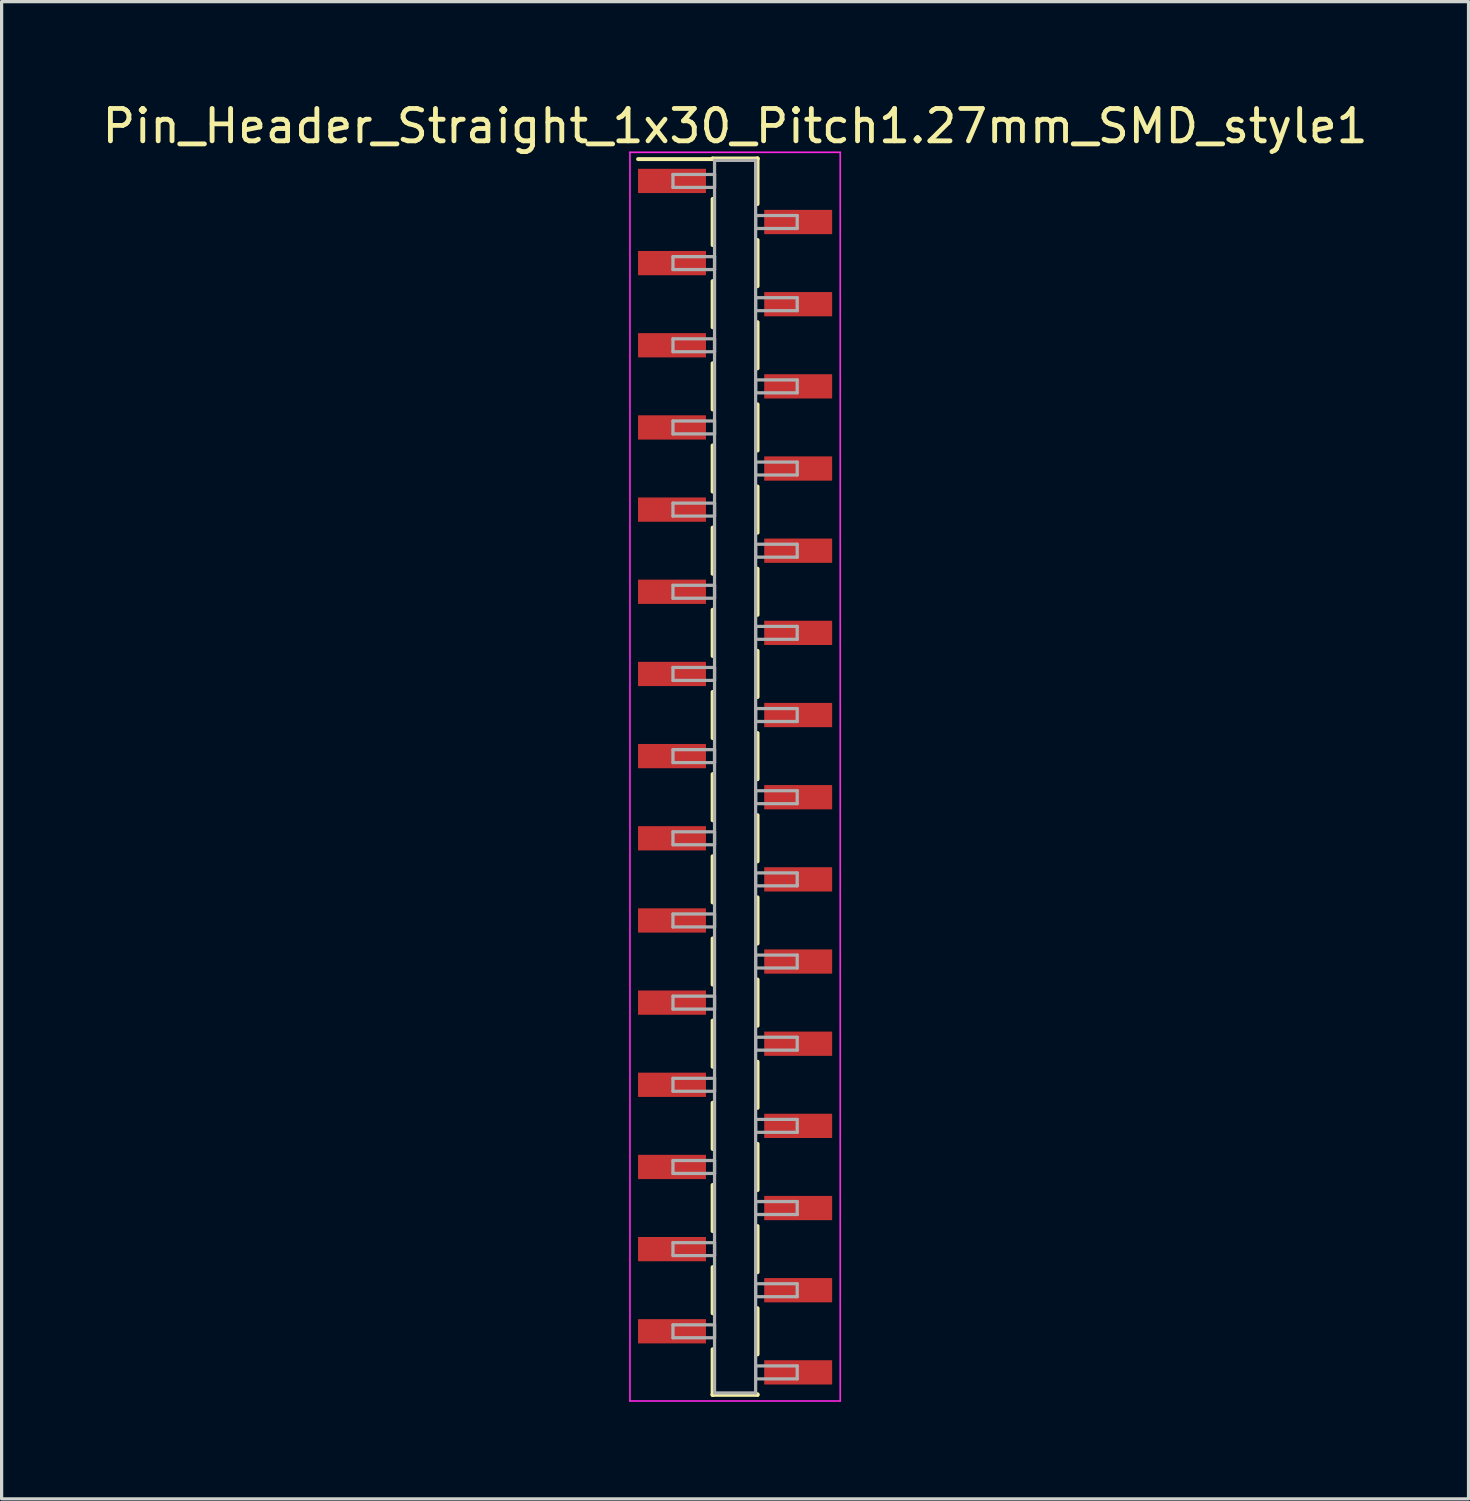
<source format=kicad_pcb>
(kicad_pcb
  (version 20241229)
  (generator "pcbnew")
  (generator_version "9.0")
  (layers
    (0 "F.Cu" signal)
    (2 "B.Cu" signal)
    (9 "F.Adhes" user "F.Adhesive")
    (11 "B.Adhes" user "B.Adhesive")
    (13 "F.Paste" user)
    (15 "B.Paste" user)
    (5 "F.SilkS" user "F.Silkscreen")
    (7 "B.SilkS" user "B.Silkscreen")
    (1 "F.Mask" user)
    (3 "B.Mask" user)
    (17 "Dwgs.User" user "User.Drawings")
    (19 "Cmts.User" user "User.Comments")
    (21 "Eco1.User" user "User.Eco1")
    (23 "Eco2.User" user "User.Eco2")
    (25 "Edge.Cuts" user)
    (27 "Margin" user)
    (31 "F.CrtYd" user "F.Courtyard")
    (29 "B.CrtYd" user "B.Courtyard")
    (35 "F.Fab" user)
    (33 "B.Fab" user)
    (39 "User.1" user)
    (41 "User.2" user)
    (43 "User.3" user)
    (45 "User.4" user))
  (footprint "Pin_Header_Straight_1x30_Pitch1.27mm_SMD_style1"
    (layer "F.Cu")
    (at 19.673 20.958)
    (property "Reference" "Pin_Header_Straight_1x30_Pitch1.27mm_SMD_style1" (at 0 -20.11 0) (layer "F.SilkS") (effects (font (size 1 1) (thickness 0.15))))
    (attr smd)
    (fp_line (start -0.695 -19.11) (end 0.695 -19.11) (stroke (width 0.12) (type solid)) (layer "F.SilkS"))
    (fp_line (start -0.695 -19.09) (end -3 -19.09) (stroke (width 0.12) (type solid)) (layer "F.SilkS"))
    (fp_line (start -0.695 -19.09) (end -0.695 -19.11) (stroke (width 0.12) (type solid)) (layer "F.SilkS"))
    (fp_line (start -0.695 -17.86) (end -0.695 -16.43) (stroke (width 0.12) (type solid)) (layer "F.SilkS"))
    (fp_line (start -0.695 -15.32) (end -0.695 -13.89) (stroke (width 0.12) (type solid)) (layer "F.SilkS"))
    (fp_line (start -0.695 -12.78) (end -0.695 -11.35) (stroke (width 0.12) (type solid)) (layer "F.SilkS"))
    (fp_line (start -0.695 -10.24) (end -0.695 -8.81) (stroke (width 0.12) (type solid)) (layer "F.SilkS"))
    (fp_line (start -0.695 -7.7) (end -0.695 -6.27) (stroke (width 0.12) (type solid)) (layer "F.SilkS"))
    (fp_line (start -0.695 -5.16) (end -0.695 -3.73) (stroke (width 0.12) (type solid)) (layer "F.SilkS"))
    (fp_line (start -0.695 -2.62) (end -0.695 -1.19) (stroke (width 0.12) (type solid)) (layer "F.SilkS"))
    (fp_line (start -0.695 -0.08) (end -0.695 1.35) (stroke (width 0.12) (type solid)) (layer "F.SilkS"))
    (fp_line (start -0.695 2.46) (end -0.695 3.89) (stroke (width 0.12) (type solid)) (layer "F.SilkS"))
    (fp_line (start -0.695 5) (end -0.695 6.43) (stroke (width 0.12) (type solid)) (layer "F.SilkS"))
    (fp_line (start -0.695 7.54) (end -0.695 8.97) (stroke (width 0.12) (type solid)) (layer "F.SilkS"))
    (fp_line (start -0.695 10.08) (end -0.695 11.51) (stroke (width 0.12) (type solid)) (layer "F.SilkS"))
    (fp_line (start -0.695 12.62) (end -0.695 14.05) (stroke (width 0.12) (type solid)) (layer "F.SilkS"))
    (fp_line (start -0.695 15.16) (end -0.695 16.59) (stroke (width 0.12) (type solid)) (layer "F.SilkS"))
    (fp_line (start -0.695 17.7) (end -0.695 19.11) (stroke (width 0.12) (type solid)) (layer "F.SilkS"))
    (fp_line (start -0.695 19.09) (end -0.695 19.11) (stroke (width 0.12) (type solid)) (layer "F.SilkS"))
    (fp_line (start -0.695 19.11) (end 0.695 19.11) (stroke (width 0.12) (type solid)) (layer "F.SilkS"))
    (fp_line (start 0.695 -19.11) (end 0.695 -19.09) (stroke (width 0.12) (type solid)) (layer "F.SilkS"))
    (fp_line (start 0.695 -19.11) (end 0.695 -17.7) (stroke (width 0.12) (type solid)) (layer "F.SilkS"))
    (fp_line (start 0.695 -16.59) (end 0.695 -15.16) (stroke (width 0.12) (type solid)) (layer "F.SilkS"))
    (fp_line (start 0.695 -14.05) (end 0.695 -12.62) (stroke (width 0.12) (type solid)) (layer "F.SilkS"))
    (fp_line (start 0.695 -11.51) (end 0.695 -10.08) (stroke (width 0.12) (type solid)) (layer "F.SilkS"))
    (fp_line (start 0.695 -8.97) (end 0.695 -7.54) (stroke (width 0.12) (type solid)) (layer "F.SilkS"))
    (fp_line (start 0.695 -6.43) (end 0.695 -5) (stroke (width 0.12) (type solid)) (layer "F.SilkS"))
    (fp_line (start 0.695 -3.89) (end 0.695 -2.46) (stroke (width 0.12) (type solid)) (layer "F.SilkS"))
    (fp_line (start 0.695 -1.35) (end 0.695 0.08) (stroke (width 0.12) (type solid)) (layer "F.SilkS"))
    (fp_line (start 0.695 1.19) (end 0.695 2.62) (stroke (width 0.12) (type solid)) (layer "F.SilkS"))
    (fp_line (start 0.695 3.73) (end 0.695 5.16) (stroke (width 0.12) (type solid)) (layer "F.SilkS"))
    (fp_line (start 0.695 6.27) (end 0.695 7.7) (stroke (width 0.12) (type solid)) (layer "F.SilkS"))
    (fp_line (start 0.695 8.81) (end 0.695 10.24) (stroke (width 0.12) (type solid)) (layer "F.SilkS"))
    (fp_line (start 0.695 11.35) (end 0.695 12.78) (stroke (width 0.12) (type solid)) (layer "F.SilkS"))
    (fp_line (start 0.695 13.89) (end 0.695 15.32) (stroke (width 0.12) (type solid)) (layer "F.SilkS"))
    (fp_line (start 0.695 16.43) (end 0.695 17.86) (stroke (width 0.12) (type solid)) (layer "F.SilkS"))
    (fp_line (start 0.695 19.11) (end 0.695 19.09) (stroke (width 0.12) (type solid)) (layer "F.SilkS"))
    (fp_line (start -3.25 -19.3) (end -3.25 19.3) (stroke (width 0.05) (type solid)) (layer "F.CrtYd"))
    (fp_line (start -3.25 19.3) (end 3.25 19.3) (stroke (width 0.05) (type solid)) (layer "F.CrtYd"))
    (fp_line (start 3.25 -19.3) (end -3.25 -19.3) (stroke (width 0.05) (type solid)) (layer "F.CrtYd"))
    (fp_line (start 3.25 19.3) (end 3.25 -19.3) (stroke (width 0.05) (type solid)) (layer "F.CrtYd"))
    (fp_line (start -1.92 -18.615) (end -0.635 -18.615) (stroke (width 0.1) (type solid)) (layer "F.Fab"))
    (fp_line (start -1.92 -18.215) (end -1.92 -18.615) (stroke (width 0.1) (type solid)) (layer "F.Fab"))
    (fp_line (start -1.92 -16.075) (end -0.635 -16.075) (stroke (width 0.1) (type solid)) (layer "F.Fab"))
    (fp_line (start -1.92 -15.675) (end -1.92 -16.075) (stroke (width 0.1) (type solid)) (layer "F.Fab"))
    (fp_line (start -1.92 -13.535) (end -0.635 -13.535) (stroke (width 0.1) (type solid)) (layer "F.Fab"))
    (fp_line (start -1.92 -13.135) (end -1.92 -13.535) (stroke (width 0.1) (type solid)) (layer "F.Fab"))
    (fp_line (start -1.92 -10.995) (end -0.635 -10.995) (stroke (width 0.1) (type solid)) (layer "F.Fab"))
    (fp_line (start -1.92 -10.595) (end -1.92 -10.995) (stroke (width 0.1) (type solid)) (layer "F.Fab"))
    (fp_line (start -1.92 -8.455) (end -0.635 -8.455) (stroke (width 0.1) (type solid)) (layer "F.Fab"))
    (fp_line (start -1.92 -8.055) (end -1.92 -8.455) (stroke (width 0.1) (type solid)) (layer "F.Fab"))
    (fp_line (start -1.92 -5.915) (end -0.635 -5.915) (stroke (width 0.1) (type solid)) (layer "F.Fab"))
    (fp_line (start -1.92 -5.515) (end -1.92 -5.915) (stroke (width 0.1) (type solid)) (layer "F.Fab"))
    (fp_line (start -1.92 -3.375) (end -0.635 -3.375) (stroke (width 0.1) (type solid)) (layer "F.Fab"))
    (fp_line (start -1.92 -2.975) (end -1.92 -3.375) (stroke (width 0.1) (type solid)) (layer "F.Fab"))
    (fp_line (start -1.92 -0.835) (end -0.635 -0.835) (stroke (width 0.1) (type solid)) (layer "F.Fab"))
    (fp_line (start -1.92 -0.435) (end -1.92 -0.835) (stroke (width 0.1) (type solid)) (layer "F.Fab"))
    (fp_line (start -1.92 1.705) (end -0.635 1.705) (stroke (width 0.1) (type solid)) (layer "F.Fab"))
    (fp_line (start -1.92 2.105) (end -1.92 1.705) (stroke (width 0.1) (type solid)) (layer "F.Fab"))
    (fp_line (start -1.92 4.245) (end -0.635 4.245) (stroke (width 0.1) (type solid)) (layer "F.Fab"))
    (fp_line (start -1.92 4.645) (end -1.92 4.245) (stroke (width 0.1) (type solid)) (layer "F.Fab"))
    (fp_line (start -1.92 6.785) (end -0.635 6.785) (stroke (width 0.1) (type solid)) (layer "F.Fab"))
    (fp_line (start -1.92 7.185) (end -1.92 6.785) (stroke (width 0.1) (type solid)) (layer "F.Fab"))
    (fp_line (start -1.92 9.325) (end -0.635 9.325) (stroke (width 0.1) (type solid)) (layer "F.Fab"))
    (fp_line (start -1.92 9.725) (end -1.92 9.325) (stroke (width 0.1) (type solid)) (layer "F.Fab"))
    (fp_line (start -1.92 11.865) (end -0.635 11.865) (stroke (width 0.1) (type solid)) (layer "F.Fab"))
    (fp_line (start -1.92 12.265) (end -1.92 11.865) (stroke (width 0.1) (type solid)) (layer "F.Fab"))
    (fp_line (start -1.92 14.405) (end -0.635 14.405) (stroke (width 0.1) (type solid)) (layer "F.Fab"))
    (fp_line (start -1.92 14.805) (end -1.92 14.405) (stroke (width 0.1) (type solid)) (layer "F.Fab"))
    (fp_line (start -1.92 16.945) (end -0.635 16.945) (stroke (width 0.1) (type solid)) (layer "F.Fab"))
    (fp_line (start -1.92 17.345) (end -1.92 16.945) (stroke (width 0.1) (type solid)) (layer "F.Fab"))
    (fp_line (start -0.635 -19.05) (end -0.635 19.05) (stroke (width 0.1) (type solid)) (layer "F.Fab"))
    (fp_line (start -0.635 -18.615) (end -0.635 -18.215) (stroke (width 0.1) (type solid)) (layer "F.Fab"))
    (fp_line (start -0.635 -18.215) (end -1.92 -18.215) (stroke (width 0.1) (type solid)) (layer "F.Fab"))
    (fp_line (start -0.635 -16.075) (end -0.635 -15.675) (stroke (width 0.1) (type solid)) (layer "F.Fab"))
    (fp_line (start -0.635 -15.675) (end -1.92 -15.675) (stroke (width 0.1) (type solid)) (layer "F.Fab"))
    (fp_line (start -0.635 -13.535) (end -0.635 -13.135) (stroke (width 0.1) (type solid)) (layer "F.Fab"))
    (fp_line (start -0.635 -13.135) (end -1.92 -13.135) (stroke (width 0.1) (type solid)) (layer "F.Fab"))
    (fp_line (start -0.635 -10.995) (end -0.635 -10.595) (stroke (width 0.1) (type solid)) (layer "F.Fab"))
    (fp_line (start -0.635 -10.595) (end -1.92 -10.595) (stroke (width 0.1) (type solid)) (layer "F.Fab"))
    (fp_line (start -0.635 -8.455) (end -0.635 -8.055) (stroke (width 0.1) (type solid)) (layer "F.Fab"))
    (fp_line (start -0.635 -8.055) (end -1.92 -8.055) (stroke (width 0.1) (type solid)) (layer "F.Fab"))
    (fp_line (start -0.635 -5.915) (end -0.635 -5.515) (stroke (width 0.1) (type solid)) (layer "F.Fab"))
    (fp_line (start -0.635 -5.515) (end -1.92 -5.515) (stroke (width 0.1) (type solid)) (layer "F.Fab"))
    (fp_line (start -0.635 -3.375) (end -0.635 -2.975) (stroke (width 0.1) (type solid)) (layer "F.Fab"))
    (fp_line (start -0.635 -2.975) (end -1.92 -2.975) (stroke (width 0.1) (type solid)) (layer "F.Fab"))
    (fp_line (start -0.635 -0.835) (end -0.635 -0.435) (stroke (width 0.1) (type solid)) (layer "F.Fab"))
    (fp_line (start -0.635 -0.435) (end -1.92 -0.435) (stroke (width 0.1) (type solid)) (layer "F.Fab"))
    (fp_line (start -0.635 1.705) (end -0.635 2.105) (stroke (width 0.1) (type solid)) (layer "F.Fab"))
    (fp_line (start -0.635 2.105) (end -1.92 2.105) (stroke (width 0.1) (type solid)) (layer "F.Fab"))
    (fp_line (start -0.635 4.245) (end -0.635 4.645) (stroke (width 0.1) (type solid)) (layer "F.Fab"))
    (fp_line (start -0.635 4.645) (end -1.92 4.645) (stroke (width 0.1) (type solid)) (layer "F.Fab"))
    (fp_line (start -0.635 6.785) (end -0.635 7.185) (stroke (width 0.1) (type solid)) (layer "F.Fab"))
    (fp_line (start -0.635 7.185) (end -1.92 7.185) (stroke (width 0.1) (type solid)) (layer "F.Fab"))
    (fp_line (start -0.635 9.325) (end -0.635 9.725) (stroke (width 0.1) (type solid)) (layer "F.Fab"))
    (fp_line (start -0.635 9.725) (end -1.92 9.725) (stroke (width 0.1) (type solid)) (layer "F.Fab"))
    (fp_line (start -0.635 11.865) (end -0.635 12.265) (stroke (width 0.1) (type solid)) (layer "F.Fab"))
    (fp_line (start -0.635 12.265) (end -1.92 12.265) (stroke (width 0.1) (type solid)) (layer "F.Fab"))
    (fp_line (start -0.635 14.405) (end -0.635 14.805) (stroke (width 0.1) (type solid)) (layer "F.Fab"))
    (fp_line (start -0.635 14.805) (end -1.92 14.805) (stroke (width 0.1) (type solid)) (layer "F.Fab"))
    (fp_line (start -0.635 16.945) (end -0.635 17.345) (stroke (width 0.1) (type solid)) (layer "F.Fab"))
    (fp_line (start -0.635 17.345) (end -1.92 17.345) (stroke (width 0.1) (type solid)) (layer "F.Fab"))
    (fp_line (start -0.635 19.05) (end 0.635 19.05) (stroke (width 0.1) (type solid)) (layer "F.Fab"))
    (fp_line (start 0.635 -19.05) (end -0.635 -19.05) (stroke (width 0.1) (type solid)) (layer "F.Fab"))
    (fp_line (start 0.635 -17.345) (end 0.635 -16.945) (stroke (width 0.1) (type solid)) (layer "F.Fab"))
    (fp_line (start 0.635 -16.945) (end 1.92 -16.945) (stroke (width 0.1) (type solid)) (layer "F.Fab"))
    (fp_line (start 0.635 -14.805) (end 0.635 -14.405) (stroke (width 0.1) (type solid)) (layer "F.Fab"))
    (fp_line (start 0.635 -14.405) (end 1.92 -14.405) (stroke (width 0.1) (type solid)) (layer "F.Fab"))
    (fp_line (start 0.635 -12.265) (end 0.635 -11.865) (stroke (width 0.1) (type solid)) (layer "F.Fab"))
    (fp_line (start 0.635 -11.865) (end 1.92 -11.865) (stroke (width 0.1) (type solid)) (layer "F.Fab"))
    (fp_line (start 0.635 -9.725) (end 0.635 -9.325) (stroke (width 0.1) (type solid)) (layer "F.Fab"))
    (fp_line (start 0.635 -9.325) (end 1.92 -9.325) (stroke (width 0.1) (type solid)) (layer "F.Fab"))
    (fp_line (start 0.635 -7.185) (end 0.635 -6.785) (stroke (width 0.1) (type solid)) (layer "F.Fab"))
    (fp_line (start 0.635 -6.785) (end 1.92 -6.785) (stroke (width 0.1) (type solid)) (layer "F.Fab"))
    (fp_line (start 0.635 -4.645) (end 0.635 -4.245) (stroke (width 0.1) (type solid)) (layer "F.Fab"))
    (fp_line (start 0.635 -4.245) (end 1.92 -4.245) (stroke (width 0.1) (type solid)) (layer "F.Fab"))
    (fp_line (start 0.635 -2.105) (end 0.635 -1.705) (stroke (width 0.1) (type solid)) (layer "F.Fab"))
    (fp_line (start 0.635 -1.705) (end 1.92 -1.705) (stroke (width 0.1) (type solid)) (layer "F.Fab"))
    (fp_line (start 0.635 0.435) (end 0.635 0.835) (stroke (width 0.1) (type solid)) (layer "F.Fab"))
    (fp_line (start 0.635 0.835) (end 1.92 0.835) (stroke (width 0.1) (type solid)) (layer "F.Fab"))
    (fp_line (start 0.635 2.975) (end 0.635 3.375) (stroke (width 0.1) (type solid)) (layer "F.Fab"))
    (fp_line (start 0.635 3.375) (end 1.92 3.375) (stroke (width 0.1) (type solid)) (layer "F.Fab"))
    (fp_line (start 0.635 5.515) (end 0.635 5.915) (stroke (width 0.1) (type solid)) (layer "F.Fab"))
    (fp_line (start 0.635 5.915) (end 1.92 5.915) (stroke (width 0.1) (type solid)) (layer "F.Fab"))
    (fp_line (start 0.635 8.055) (end 0.635 8.455) (stroke (width 0.1) (type solid)) (layer "F.Fab"))
    (fp_line (start 0.635 8.455) (end 1.92 8.455) (stroke (width 0.1) (type solid)) (layer "F.Fab"))
    (fp_line (start 0.635 10.595) (end 0.635 10.995) (stroke (width 0.1) (type solid)) (layer "F.Fab"))
    (fp_line (start 0.635 10.995) (end 1.92 10.995) (stroke (width 0.1) (type solid)) (layer "F.Fab"))
    (fp_line (start 0.635 13.135) (end 0.635 13.535) (stroke (width 0.1) (type solid)) (layer "F.Fab"))
    (fp_line (start 0.635 13.535) (end 1.92 13.535) (stroke (width 0.1) (type solid)) (layer "F.Fab"))
    (fp_line (start 0.635 15.675) (end 0.635 16.075) (stroke (width 0.1) (type solid)) (layer "F.Fab"))
    (fp_line (start 0.635 16.075) (end 1.92 16.075) (stroke (width 0.1) (type solid)) (layer "F.Fab"))
    (fp_line (start 0.635 18.215) (end 0.635 18.615) (stroke (width 0.1) (type solid)) (layer "F.Fab"))
    (fp_line (start 0.635 18.615) (end 1.92 18.615) (stroke (width 0.1) (type solid)) (layer "F.Fab"))
    (fp_line (start 0.635 19.05) (end 0.635 -19.05) (stroke (width 0.1) (type solid)) (layer "F.Fab"))
    (fp_line (start 1.92 -17.345) (end 0.635 -17.345) (stroke (width 0.1) (type solid)) (layer "F.Fab"))
    (fp_line (start 1.92 -16.945) (end 1.92 -17.345) (stroke (width 0.1) (type solid)) (layer "F.Fab"))
    (fp_line (start 1.92 -14.805) (end 0.635 -14.805) (stroke (width 0.1) (type solid)) (layer "F.Fab"))
    (fp_line (start 1.92 -14.405) (end 1.92 -14.805) (stroke (width 0.1) (type solid)) (layer "F.Fab"))
    (fp_line (start 1.92 -12.265) (end 0.635 -12.265) (stroke (width 0.1) (type solid)) (layer "F.Fab"))
    (fp_line (start 1.92 -11.865) (end 1.92 -12.265) (stroke (width 0.1) (type solid)) (layer "F.Fab"))
    (fp_line (start 1.92 -9.725) (end 0.635 -9.725) (stroke (width 0.1) (type solid)) (layer "F.Fab"))
    (fp_line (start 1.92 -9.325) (end 1.92 -9.725) (stroke (width 0.1) (type solid)) (layer "F.Fab"))
    (fp_line (start 1.92 -7.185) (end 0.635 -7.185) (stroke (width 0.1) (type solid)) (layer "F.Fab"))
    (fp_line (start 1.92 -6.785) (end 1.92 -7.185) (stroke (width 0.1) (type solid)) (layer "F.Fab"))
    (fp_line (start 1.92 -4.645) (end 0.635 -4.645) (stroke (width 0.1) (type solid)) (layer "F.Fab"))
    (fp_line (start 1.92 -4.245) (end 1.92 -4.645) (stroke (width 0.1) (type solid)) (layer "F.Fab"))
    (fp_line (start 1.92 -2.105) (end 0.635 -2.105) (stroke (width 0.1) (type solid)) (layer "F.Fab"))
    (fp_line (start 1.92 -1.705) (end 1.92 -2.105) (stroke (width 0.1) (type solid)) (layer "F.Fab"))
    (fp_line (start 1.92 0.435) (end 0.635 0.435) (stroke (width 0.1) (type solid)) (layer "F.Fab"))
    (fp_line (start 1.92 0.835) (end 1.92 0.435) (stroke (width 0.1) (type solid)) (layer "F.Fab"))
    (fp_line (start 1.92 2.975) (end 0.635 2.975) (stroke (width 0.1) (type solid)) (layer "F.Fab"))
    (fp_line (start 1.92 3.375) (end 1.92 2.975) (stroke (width 0.1) (type solid)) (layer "F.Fab"))
    (fp_line (start 1.92 5.515) (end 0.635 5.515) (stroke (width 0.1) (type solid)) (layer "F.Fab"))
    (fp_line (start 1.92 5.915) (end 1.92 5.515) (stroke (width 0.1) (type solid)) (layer "F.Fab"))
    (fp_line (start 1.92 8.055) (end 0.635 8.055) (stroke (width 0.1) (type solid)) (layer "F.Fab"))
    (fp_line (start 1.92 8.455) (end 1.92 8.055) (stroke (width 0.1) (type solid)) (layer "F.Fab"))
    (fp_line (start 1.92 10.595) (end 0.635 10.595) (stroke (width 0.1) (type solid)) (layer "F.Fab"))
    (fp_line (start 1.92 10.995) (end 1.92 10.595) (stroke (width 0.1) (type solid)) (layer "F.Fab"))
    (fp_line (start 1.92 13.135) (end 0.635 13.135) (stroke (width 0.1) (type solid)) (layer "F.Fab"))
    (fp_line (start 1.92 13.535) (end 1.92 13.135) (stroke (width 0.1) (type solid)) (layer "F.Fab"))
    (fp_line (start 1.92 15.675) (end 0.635 15.675) (stroke (width 0.1) (type solid)) (layer "F.Fab"))
    (fp_line (start 1.92 16.075) (end 1.92 15.675) (stroke (width 0.1) (type solid)) (layer "F.Fab"))
    (fp_line (start 1.92 18.215) (end 0.635 18.215) (stroke (width 0.1) (type solid)) (layer "F.Fab"))
    (fp_line (start 1.92 18.615) (end 1.92 18.215) (stroke (width 0.1) (type solid)) (layer "F.Fab"))
    (pad "1" smd rect (at -1.95 -18.415) (size 2.1 0.75) (layers "F.Cu" "F.Mask"))
    (pad "2" smd rect (at 1.95 -17.145) (size 2.1 0.75) (layers "F.Cu" "F.Mask"))
    (pad "3" smd rect (at -1.95 -15.875) (size 2.1 0.75) (layers "F.Cu" "F.Mask"))
    (pad "4" smd rect (at 1.95 -14.605) (size 2.1 0.75) (layers "F.Cu" "F.Mask"))
    (pad "5" smd rect (at -1.95 -13.335) (size 2.1 0.75) (layers "F.Cu" "F.Mask"))
    (pad "6" smd rect (at 1.95 -12.065) (size 2.1 0.75) (layers "F.Cu" "F.Mask"))
    (pad "7" smd rect (at -1.95 -10.795) (size 2.1 0.75) (layers "F.Cu" "F.Mask"))
    (pad "8" smd rect (at 1.95 -9.525) (size 2.1 0.75) (layers "F.Cu" "F.Mask"))
    (pad "9" smd rect (at -1.95 -8.255) (size 2.1 0.75) (layers "F.Cu" "F.Mask"))
    (pad "10" smd rect (at 1.95 -6.985) (size 2.1 0.75) (layers "F.Cu" "F.Mask"))
    (pad "11" smd rect (at -1.95 -5.715) (size 2.1 0.75) (layers "F.Cu" "F.Mask"))
    (pad "12" smd rect (at 1.95 -4.445) (size 2.1 0.75) (layers "F.Cu" "F.Mask"))
    (pad "13" smd rect (at -1.95 -3.175) (size 2.1 0.75) (layers "F.Cu" "F.Mask"))
    (pad "14" smd rect (at 1.95 -1.905) (size 2.1 0.75) (layers "F.Cu" "F.Mask"))
    (pad "15" smd rect (at -1.95 -0.635) (size 2.1 0.75) (layers "F.Cu" "F.Mask"))
    (pad "16" smd rect (at 1.95 0.635) (size 2.1 0.75) (layers "F.Cu" "F.Mask"))
    (pad "17" smd rect (at -1.95 1.905) (size 2.1 0.75) (layers "F.Cu" "F.Mask"))
    (pad "18" smd rect (at 1.95 3.175) (size 2.1 0.75) (layers "F.Cu" "F.Mask"))
    (pad "19" smd rect (at -1.95 4.445) (size 2.1 0.75) (layers "F.Cu" "F.Mask"))
    (pad "20" smd rect (at 1.95 5.715) (size 2.1 0.75) (layers "F.Cu" "F.Mask"))
    (pad "21" smd rect (at -1.95 6.985) (size 2.1 0.75) (layers "F.Cu" "F.Mask"))
    (pad "22" smd rect (at 1.95 8.255) (size 2.1 0.75) (layers "F.Cu" "F.Mask"))
    (pad "23" smd rect (at -1.95 9.525) (size 2.1 0.75) (layers "F.Cu" "F.Mask"))
    (pad "24" smd rect (at 1.95 10.795) (size 2.1 0.75) (layers "F.Cu" "F.Mask"))
    (pad "25" smd rect (at -1.95 12.065) (size 2.1 0.75) (layers "F.Cu" "F.Mask"))
    (pad "26" smd rect (at 1.95 13.335) (size 2.1 0.75) (layers "F.Cu" "F.Mask"))
    (pad "27" smd rect (at -1.95 14.605) (size 2.1 0.75) (layers "F.Cu" "F.Mask"))
    (pad "28" smd rect (at 1.95 15.875) (size 2.1 0.75) (layers "F.Cu" "F.Mask"))
    (pad "29" smd rect (at -1.95 17.145) (size 2.1 0.75) (layers "F.Cu" "F.Mask"))
    (pad "30" smd rect (at 1.95 18.415) (size 2.1 0.75) (layers "F.Cu" "F.Mask")))
  (gr_rect
    (start -3 -3)
    (end 42.345 43.283)
    (stroke (width 0.1) (type default))
    (fill no)
    (layer "Edge.Cuts")))
</source>
